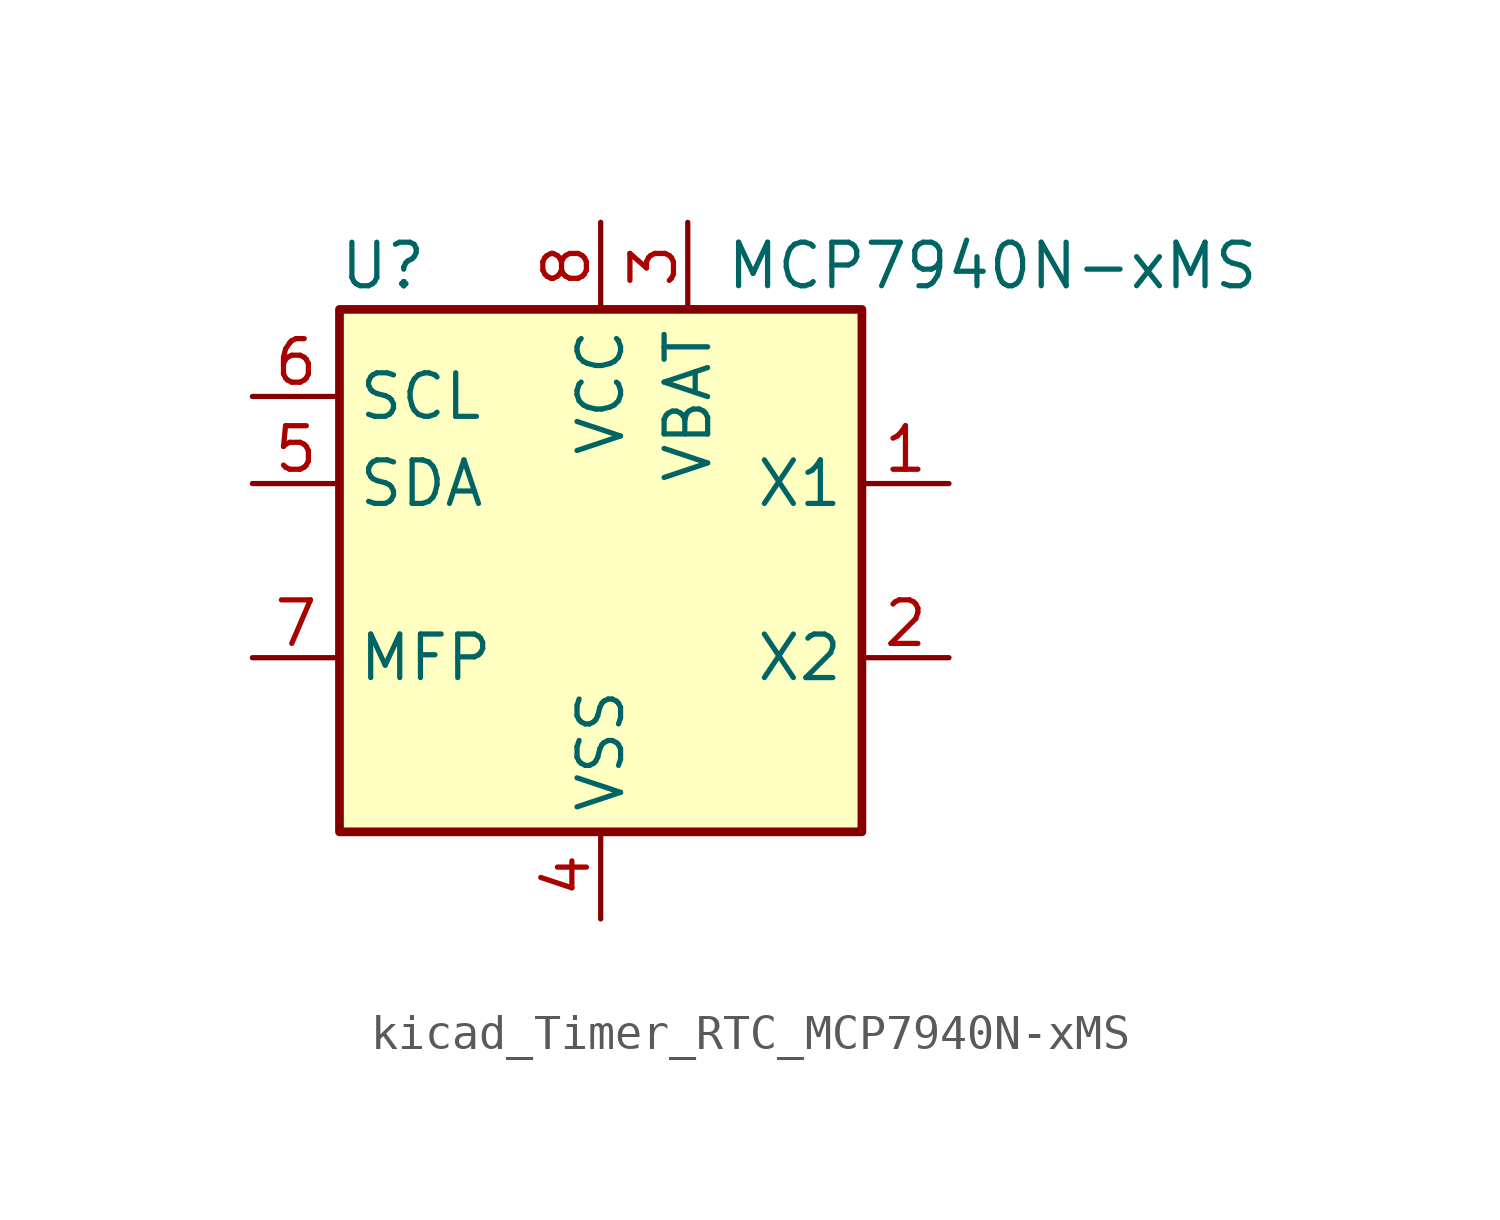
<source format=kicad_sym>
(kicad_symbol_lib
  (version 20220914)
  (generator kicad_symbol_editor)
  (symbol "kicad_Timer_RTC_MCP7940N-xMS"
    (property "Reference" "U"
      (at -6.35 8.89 0)
      (effects (font (size 1.27 1.27))))
    (property "Value" "MCP7940N-xMS"
      (at 11.43 8.89 0)
      (effects (font (size 1.27 1.27))))
    (symbol "kicad_Timer_RTC_MCP7940N-xMS_0_1"
      (rectangle (start -7.62 7.62) (end 7.62 -7.62) (stroke (width 0.254) (type default)) (fill (type background))))
    (symbol "kicad_Timer_RTC_MCP7940N-xMS_1_1"
      (pin input line (at 10.16 2.54 180) (length 2.54) (name "X1" (effects (font (size 1.27 1.27)))) (number "1" (effects (font (size 1.27 1.27)))))
      (pin output line (at 10.16 -2.54 180) (length 2.54) (name "X2" (effects (font (size 1.27 1.27)))) (number "2" (effects (font (size 1.27 1.27)))))
      (pin power_in line (at 2.54 10.16 270) (length 2.54) (name "VBAT" (effects (font (size 1.27 1.27)))) (number "3" (effects (font (size 1.27 1.27)))))
      (pin power_in line (at 0 -10.16 90) (length 2.54) (name "VSS" (effects (font (size 1.27 1.27)))) (number "4" (effects (font (size 1.27 1.27)))))
      (pin bidirectional line (at -10.16 2.54 0) (length 2.54) (name "SDA" (effects (font (size 1.27 1.27)))) (number "5" (effects (font (size 1.27 1.27)))))
      (pin input line (at -10.16 5.08 0) (length 2.54) (name "SCL" (effects (font (size 1.27 1.27)))) (number "6" (effects (font (size 1.27 1.27)))))
      (pin open_collector line (at -10.16 -2.54 0) (length 2.54) (name "MFP" (effects (font (size 1.27 1.27)))) (number "7" (effects (font (size 1.27 1.27)))))
      (pin power_in line (at 0 10.16 270) (length 2.54) (name "VCC" (effects (font (size 1.27 1.27)))) (number "8" (effects (font (size 1.27 1.27))))))))
</source>
